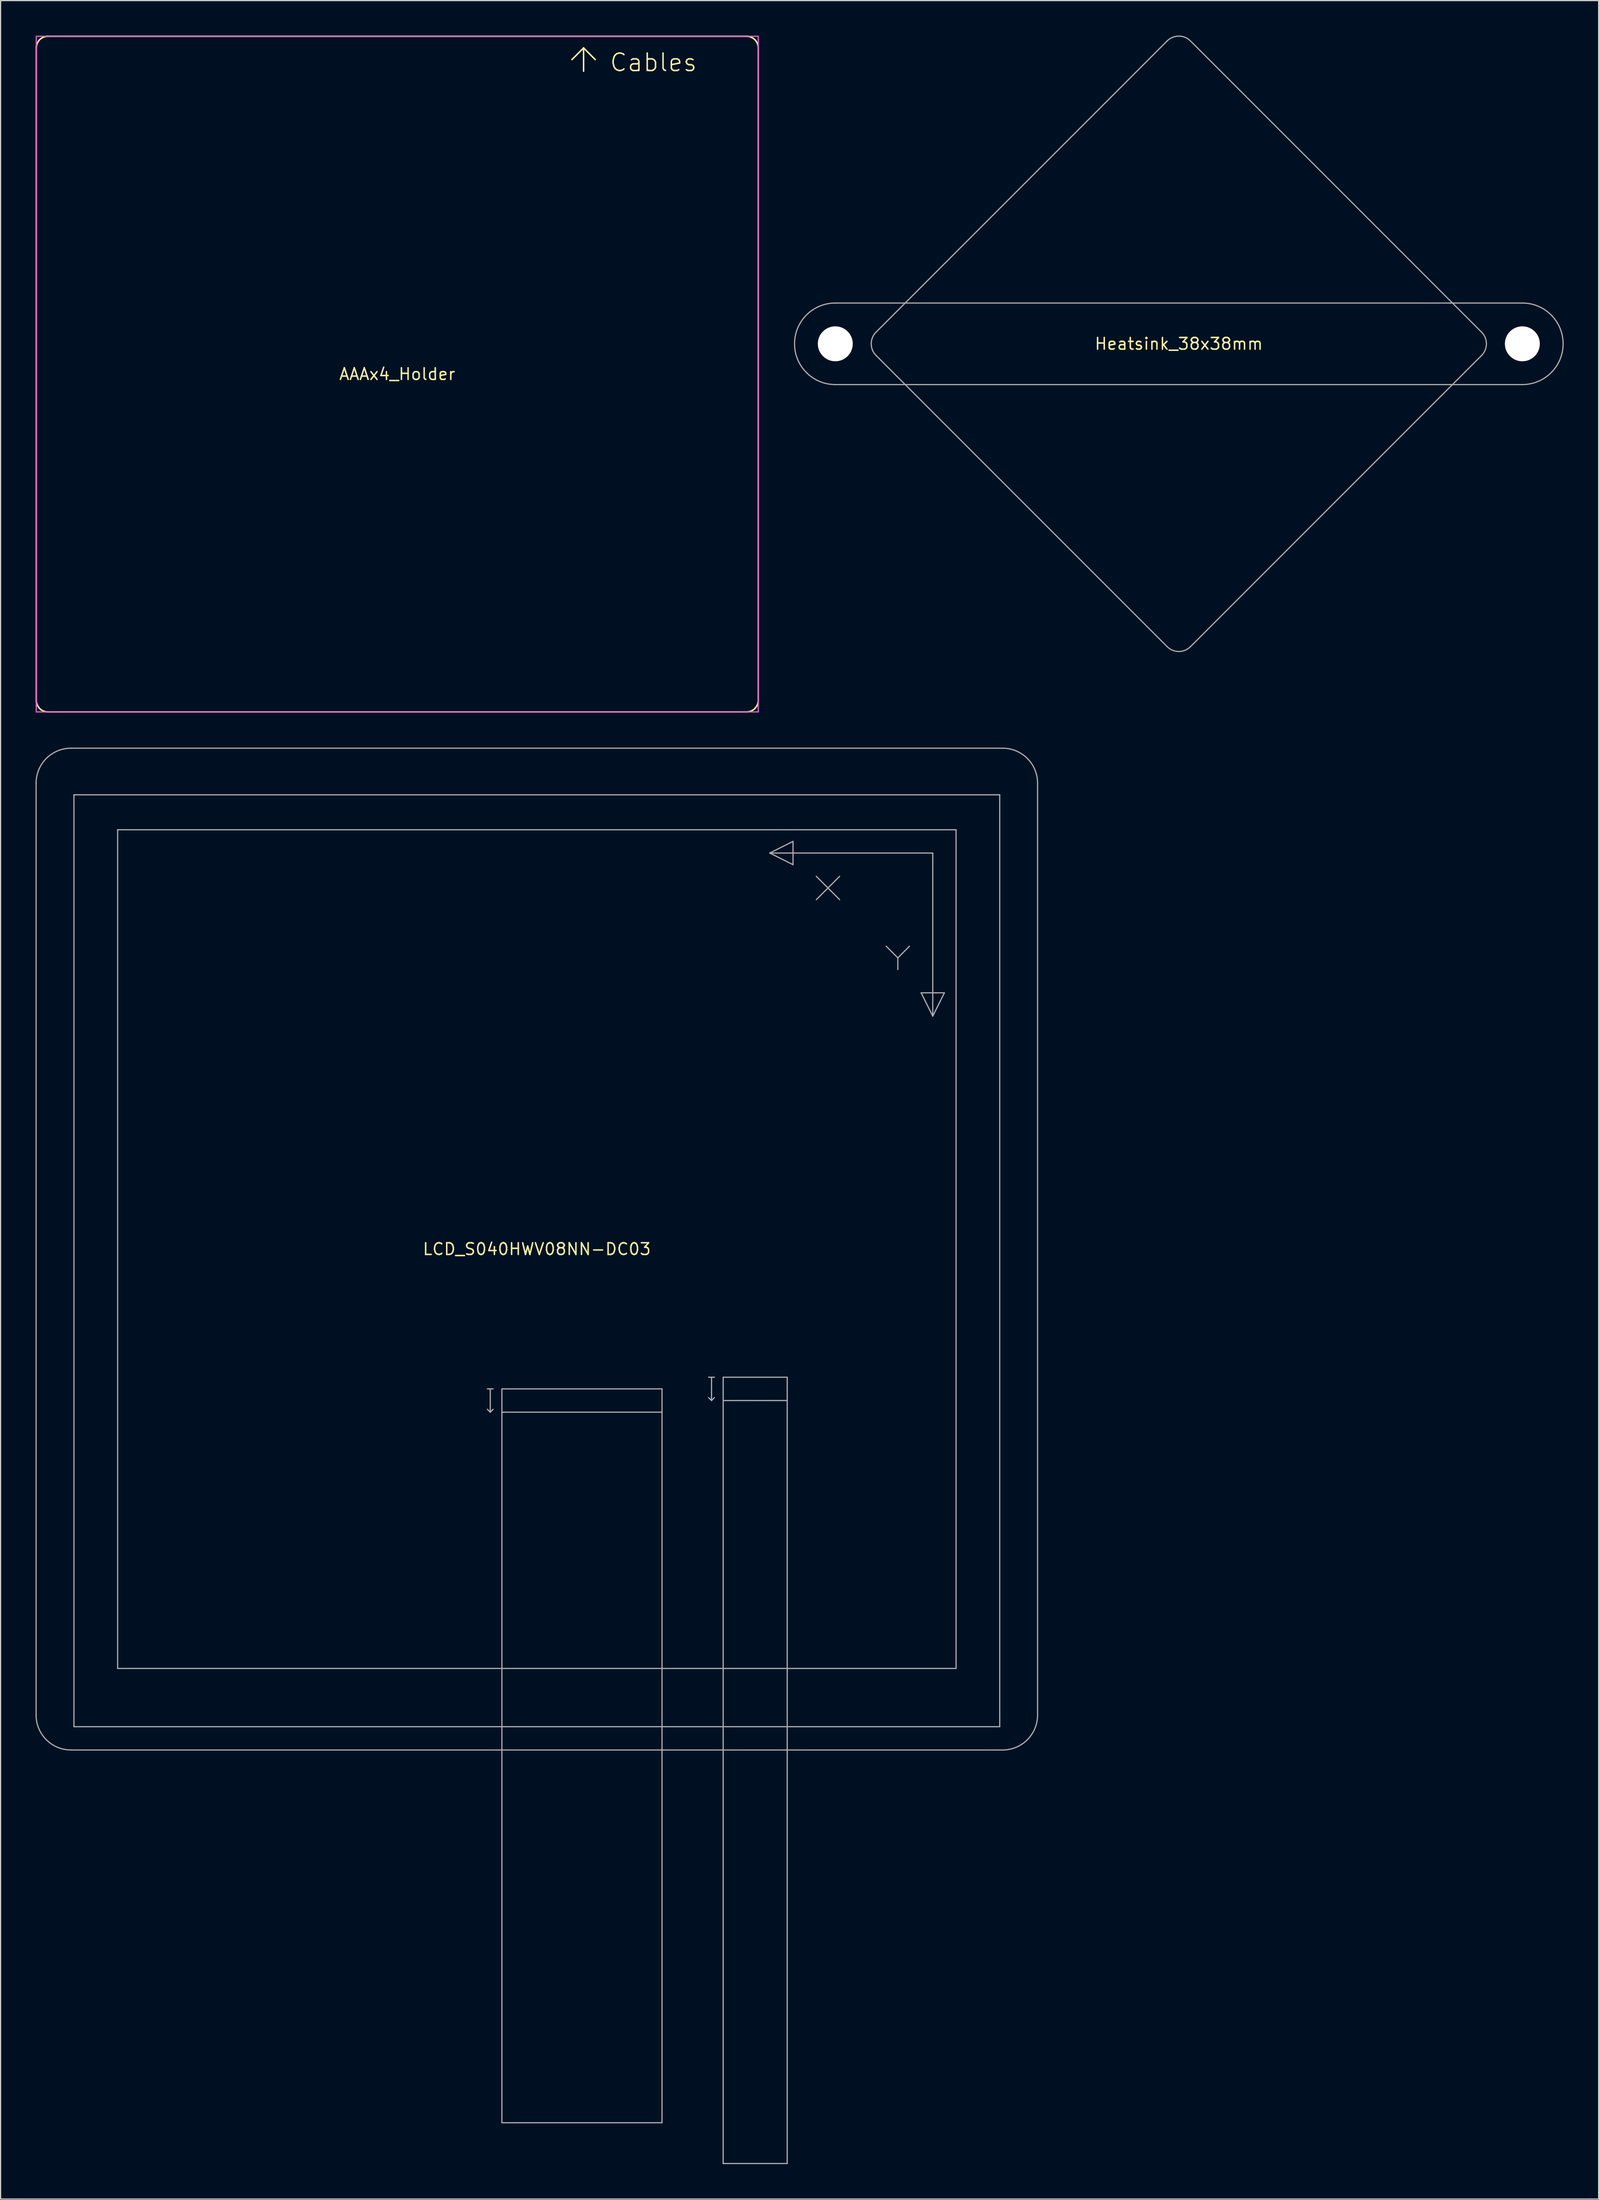
<source format=kicad_pcb>
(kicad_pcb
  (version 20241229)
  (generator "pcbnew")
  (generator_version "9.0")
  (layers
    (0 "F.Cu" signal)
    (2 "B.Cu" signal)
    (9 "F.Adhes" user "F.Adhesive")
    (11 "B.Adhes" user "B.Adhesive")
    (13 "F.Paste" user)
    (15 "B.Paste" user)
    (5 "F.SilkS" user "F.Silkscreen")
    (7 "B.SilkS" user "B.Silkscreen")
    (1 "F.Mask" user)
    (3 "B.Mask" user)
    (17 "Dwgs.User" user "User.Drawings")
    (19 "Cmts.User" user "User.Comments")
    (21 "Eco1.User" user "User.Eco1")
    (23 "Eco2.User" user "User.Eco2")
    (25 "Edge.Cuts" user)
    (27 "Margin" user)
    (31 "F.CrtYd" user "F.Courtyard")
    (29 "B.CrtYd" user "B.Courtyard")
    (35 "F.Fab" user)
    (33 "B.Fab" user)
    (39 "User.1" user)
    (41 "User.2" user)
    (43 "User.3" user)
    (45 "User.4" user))
  (footprint "Heatsink_38x38mm"
    (layer "F.Cu")
    (at 98.18 26.464)
    (property "Reference" "Heatsink_38x38mm" (at 0 0 0) (layer "F.SilkS") (effects (font (size 1 1) (thickness 0.13))))
    (attr through_hole)
    (fp_line (start -29.5 3.5) (end 29.5 3.5) (stroke (width 0.1) (type solid)) (layer "F.Fab"))
    (fp_line (start -26 -1) (end -1 -26) (stroke (width 0.1) (type solid)) (layer "F.Fab"))
    (fp_line (start -1 26) (end -26 1) (stroke (width 0.1) (type solid)) (layer "F.Fab"))
    (fp_line (start 1 -26) (end 26 -1) (stroke (width 0.1) (type solid)) (layer "F.Fab"))
    (fp_line (start 26 1) (end 1 26) (stroke (width 0.1) (type solid)) (layer "F.Fab"))
    (fp_line (start 29.5 -3.5) (end -29.5 -3.5) (stroke (width 0.1) (type solid)) (layer "F.Fab"))
    (fp_arc (start -29.5 3.5) (mid -33 0) (end -29.5 -3.5) (stroke (width 0.1) (type solid)) (layer "F.Fab"))
    (fp_arc (start -25.999999 0.999999) (mid -26.414212 0) (end -25.999999 -0.999999) (stroke (width 0.1) (type solid)) (layer "F.Fab"))
    (fp_arc (start -0.999999 -25.999999) (mid 0 -26.414212) (end 0.999999 -25.999999) (stroke (width 0.1) (type solid)) (layer "F.Fab"))
    (fp_arc (start 0.999999 25.999999) (mid 0 26.414212) (end -0.999999 25.999999) (stroke (width 0.1) (type solid)) (layer "F.Fab"))
    (fp_arc (start 25.999999 -0.999999) (mid 26.414212 0) (end 25.999999 0.999999) (stroke (width 0.1) (type solid)) (layer "F.Fab"))
    (fp_arc (start 29.5 -3.5) (mid 33 0) (end 29.5 3.5) (stroke (width 0.1) (type solid)) (layer "F.Fab"))
    (pad "" np_thru_hole circle (at -29.5 0) (size 3 3) (drill 3) (layers "*.Cu" "*.Mask"))
    (pad "" np_thru_hole circle (at 29.5 0) (size 3 3) (drill 3) (layers "*.Cu" "*.Mask")))
  (footprint "LCD_S040HWV08NN-DC03"
    (layer "F.Cu")
    (at 43.05 104.18)
    (property "Reference" "LCD_S040HWV08NN-DC03" (at 0 0 0) (layer "F.SilkS") (effects (font (size 1 1) (thickness 0.13))))
    (attr smd)
    (fp_line (start -43 40) (end -43 -40) (stroke (width 0.1) (type solid)) (layer "F.Fab"))
    (fp_line (start -40 -43) (end 40 -43) (stroke (width 0.1) (type solid)) (layer "F.Fab"))
    (fp_line (start -39.75 -39) (end -39.75 41) (stroke (width 0.1) (type solid)) (layer "F.Fab"))
    (fp_line (start -39.75 -39) (end 39.75 -39) (stroke (width 0.1) (type solid)) (layer "F.Fab"))
    (fp_line (start -39.75 41) (end 39.75 41) (stroke (width 0.1) (type solid)) (layer "F.Fab"))
    (fp_line (start -36 -36) (end 36 -36) (stroke (width 0.1) (type solid)) (layer "F.Fab"))
    (fp_line (start -36 36) (end -36 -36) (stroke (width 0.1) (type solid)) (layer "F.Fab"))
    (fp_line (start -4.25 12) (end -3.75 12) (stroke (width 0.1) (type solid)) (layer "F.Fab"))
    (fp_line (start -4 12) (end -4 14) (stroke (width 0.1) (type solid)) (layer "F.Fab"))
    (fp_line (start -4 14) (end -4.25 13.75) (stroke (width 0.1) (type solid)) (layer "F.Fab"))
    (fp_line (start -4 14) (end -3.75 13.75) (stroke (width 0.1) (type solid)) (layer "F.Fab"))
    (fp_line (start -3 12) (end -3 43) (stroke (width 0.1) (type solid)) (layer "F.Fab"))
    (fp_line (start -3 12) (end 10.75 12) (stroke (width 0.1) (type solid)) (layer "F.Fab"))
    (fp_line (start -3 14) (end 10.75 14) (stroke (width 0.1) (type solid)) (layer "F.Fab"))
    (fp_line (start -3 43) (end -3 75) (stroke (width 0.1) (type solid)) (layer "F.Fab"))
    (fp_line (start -3 75) (end 10.75 75) (stroke (width 0.1) (type solid)) (layer "F.Fab"))
    (fp_line (start 10.75 43) (end 10.75 12) (stroke (width 0.1) (type solid)) (layer "F.Fab"))
    (fp_line (start 10.75 75) (end 10.75 43) (stroke (width 0.1) (type solid)) (layer "F.Fab"))
    (fp_line (start 15 11) (end 15 13) (stroke (width 0.1) (type solid)) (layer "F.Fab"))
    (fp_line (start 15 13) (end 14.75 12.75) (stroke (width 0.1) (type solid)) (layer "F.Fab"))
    (fp_line (start 15 13) (end 15.25 12.75) (stroke (width 0.1) (type solid)) (layer "F.Fab"))
    (fp_line (start 15.25 11) (end 14.75 11) (stroke (width 0.1) (type solid)) (layer "F.Fab"))
    (fp_line (start 16 11) (end 21.5 11) (stroke (width 0.1) (type solid)) (layer "F.Fab"))
    (fp_line (start 16 13) (end 21.5 13) (stroke (width 0.1) (type solid)) (layer "F.Fab"))
    (fp_line (start 16 43) (end 16 11) (stroke (width 0.1) (type solid)) (layer "F.Fab"))
    (fp_line (start 16 78.5) (end 16 43) (stroke (width 0.1) (type solid)) (layer "F.Fab"))
    (fp_line (start 20 -34) (end 22 -35) (stroke (width 0.1) (type solid)) (layer "F.Fab"))
    (fp_line (start 21.5 11) (end 21.5 43) (stroke (width 0.1) (type solid)) (layer "F.Fab"))
    (fp_line (start 21.5 43) (end 21.5 78.5) (stroke (width 0.1) (type solid)) (layer "F.Fab"))
    (fp_line (start 21.5 78.5) (end 16 78.5) (stroke (width 0.1) (type solid)) (layer "F.Fab"))
    (fp_line (start 22 -35) (end 22 -33) (stroke (width 0.1) (type solid)) (layer "F.Fab"))
    (fp_line (start 22 -33) (end 20 -34) (stroke (width 0.1) (type solid)) (layer "F.Fab"))
    (fp_line (start 24 -32) (end 26 -30) (stroke (width 0.1) (type solid)) (layer "F.Fab"))
    (fp_line (start 26 -32) (end 24 -30) (stroke (width 0.1) (type solid)) (layer "F.Fab"))
    (fp_line (start 30 -26) (end 31 -25) (stroke (width 0.1) (type solid)) (layer "F.Fab"))
    (fp_line (start 31 -25) (end 31 -24) (stroke (width 0.1) (type solid)) (layer "F.Fab"))
    (fp_line (start 31 -25) (end 32 -26) (stroke (width 0.1) (type solid)) (layer "F.Fab"))
    (fp_line (start 33 -22) (end 35 -22) (stroke (width 0.1) (type solid)) (layer "F.Fab"))
    (fp_line (start 34 -34) (end 20 -34) (stroke (width 0.1) (type solid)) (layer "F.Fab"))
    (fp_line (start 34 -34) (end 34 -20) (stroke (width 0.1) (type solid)) (layer "F.Fab"))
    (fp_line (start 34 -20) (end 33 -22) (stroke (width 0.1) (type solid)) (layer "F.Fab"))
    (fp_line (start 35 -22) (end 34 -20) (stroke (width 0.1) (type solid)) (layer "F.Fab"))
    (fp_line (start 36 -36) (end 36 36) (stroke (width 0.1) (type solid)) (layer "F.Fab"))
    (fp_line (start 36 36) (end -36 36) (stroke (width 0.1) (type solid)) (layer "F.Fab"))
    (fp_line (start 39.75 -39) (end 39.75 41) (stroke (width 0.1) (type solid)) (layer "F.Fab"))
    (fp_line (start 40 43) (end -40 43) (stroke (width 0.1) (type solid)) (layer "F.Fab"))
    (fp_line (start 43 -40) (end 43 40) (stroke (width 0.1) (type solid)) (layer "F.Fab"))
    (fp_arc (start -43 -40) (mid -42.12132 -42.12132) (end -40 -43) (stroke (width 0.1) (type solid)) (layer "F.Fab"))
    (fp_arc (start -40 43) (mid -42.12132 42.12132) (end -43 40) (stroke (width 0.1) (type solid)) (layer "F.Fab"))
    (fp_arc (start 40 -43) (mid 42.12132 -42.12132) (end 43 -40) (stroke (width 0.1) (type solid)) (layer "F.Fab"))
    (fp_arc (start 43 40) (mid 42.12132 42.12132) (end 40 43) (stroke (width 0.1) (type solid)) (layer "F.Fab")))
  (footprint "AAAx4_Holder"
    (layer "F.Cu")
    (at 31.065 29.065)
    (property "Reference" "AAAx4_Holder" (at 0 0 0) (layer "F.SilkS") (effects (font (size 1 1) (thickness 0.13))))
    (attr smd)
    (fp_line (start -31 28) (end -31 -28) (stroke (width 0.13) (type solid)) (layer "F.SilkS"))
    (fp_line (start -30 -29) (end 30 -29) (stroke (width 0.13) (type solid)) (layer "F.SilkS"))
    (fp_line (start 16 -28) (end 15 -27) (stroke (width 0.13) (type solid)) (layer "F.SilkS"))
    (fp_line (start 16 -28) (end 16 -26) (stroke (width 0.13) (type solid)) (layer "F.SilkS"))
    (fp_line (start 16 -28) (end 17 -27) (stroke (width 0.13) (type solid)) (layer "F.SilkS"))
    (fp_line (start 30 29) (end -30 29) (stroke (width 0.13) (type solid)) (layer "F.SilkS"))
    (fp_line (start 31 -28) (end 31 28) (stroke (width 0.13) (type solid)) (layer "F.SilkS"))
    (fp_arc (start -31 -28) (mid -30.707107 -28.707107) (end -30 -29) (stroke (width 0.13) (type solid)) (layer "F.SilkS"))
    (fp_arc (start -30 29) (mid -30.707107 28.707107) (end -31 28) (stroke (width 0.13) (type solid)) (layer "F.SilkS"))
    (fp_arc (start 30 -29) (mid 30.707107 -28.707107) (end 31 -28) (stroke (width 0.13) (type solid)) (layer "F.SilkS"))
    (fp_arc (start 31 28) (mid 30.707107 28.707107) (end 30 29) (stroke (width 0.13) (type solid)) (layer "F.SilkS"))
    (fp_line (start -31 -29) (end 31 -29) (stroke (width 0.05) (type solid)) (layer "F.CrtYd"))
    (fp_line (start -31 29) (end -31 -29) (stroke (width 0.05) (type solid)) (layer "F.CrtYd"))
    (fp_line (start 31 -29) (end 31 29) (stroke (width 0.05) (type solid)) (layer "F.CrtYd"))
    (fp_line (start 31 29) (end -31 29) (stroke (width 0.05) (type solid)) (layer "F.CrtYd"))
    (fp_line (start -31 -29) (end 31 -29) (stroke (width 0.1) (type solid)) (layer "F.Fab"))
    (fp_line (start -31 29) (end -31 -29) (stroke (width 0.1) (type solid)) (layer "F.Fab"))
    (fp_line (start 31 -29) (end 31 29) (stroke (width 0.1) (type solid)) (layer "F.Fab"))
    (fp_line (start 31 29) (end -31 29) (stroke (width 0.1) (type solid)) (layer "F.Fab"))
    (fp_text user "Cables" (at 22 -26.75 0) (layer "F.SilkS") (effects (font (size 1.5 1.5) (thickness 0.13)))))
  (gr_rect
    (start -3 -3)
    (end 134.23 185.73)
    (stroke (width 0.1) (type default))
    (fill no)
    (layer "Edge.Cuts")))
</source>
